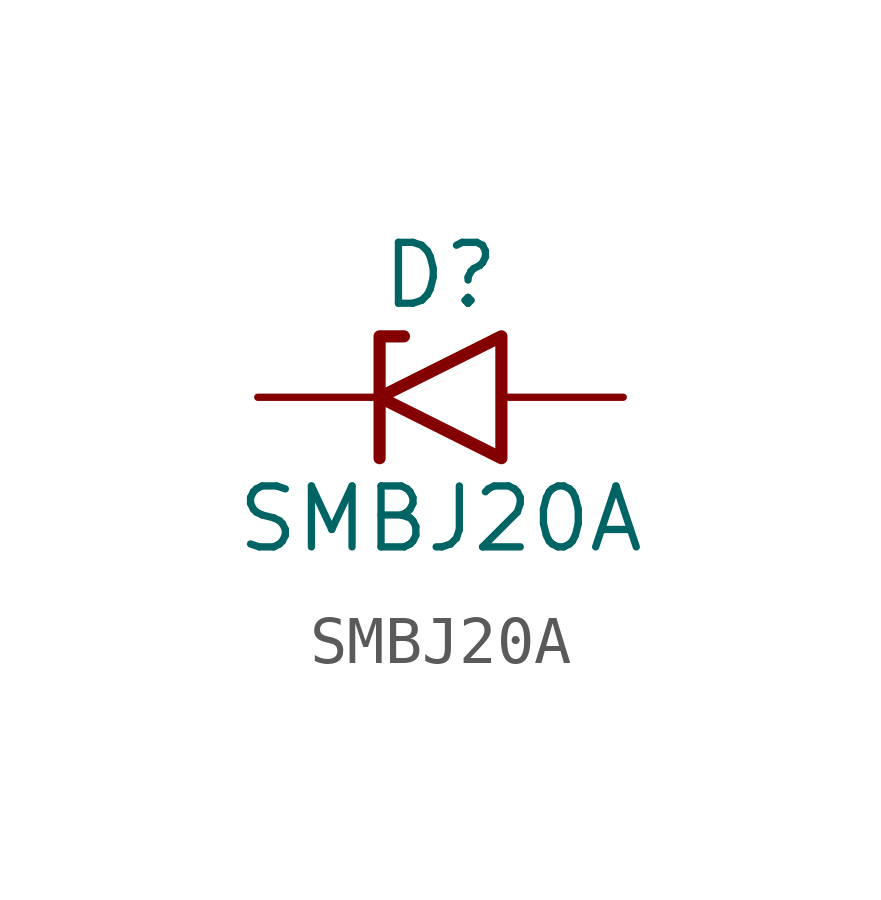
<source format=kicad_sym>
(kicad_symbol_lib
  (version 20211014)
  (generator kicad_symbol_editor)
  (symbol "SMBJ20A"
    (pin_numbers hide)
    (pin_names
      (offset 1.016) hide)
    (property "Reference" "D"
      (at 0 2.54 0)
      (effects (font (size 1.27 1.27))))
    (property "Value" "SMBJ20A"
      (at 0 -2.54 0)
      (effects (font (size 1.27 1.27))))
    (symbol "SMBJ20A_0_1"
      (polyline (pts (xy -0.762 1.27) (xy -1.27 1.27) (xy -1.27 -1.27)) (stroke (width 0.254) (type default) (color 0 0 0 0)) (fill (type none)))
      (polyline (pts (xy 1.27 1.27) (xy 1.27 -1.27) (xy -1.27 0) (xy 1.27 1.27)) (stroke (width 0.254) (type default) (color 0 0 0 0)) (fill (type none))))
    (symbol "SMBJ20A_1_1"
      (pin passive line (at -3.81 0 0) (length 2.54) (name "A1" (effects (font (size 1.27 1.27)))) (number "1" (effects (font (size 1.27 1.27)))))
      (pin passive line (at 3.81 0 180) (length 2.54) (name "A2" (effects (font (size 1.27 1.27)))) (number "2" (effects (font (size 1.27 1.27))))))))
</source>
